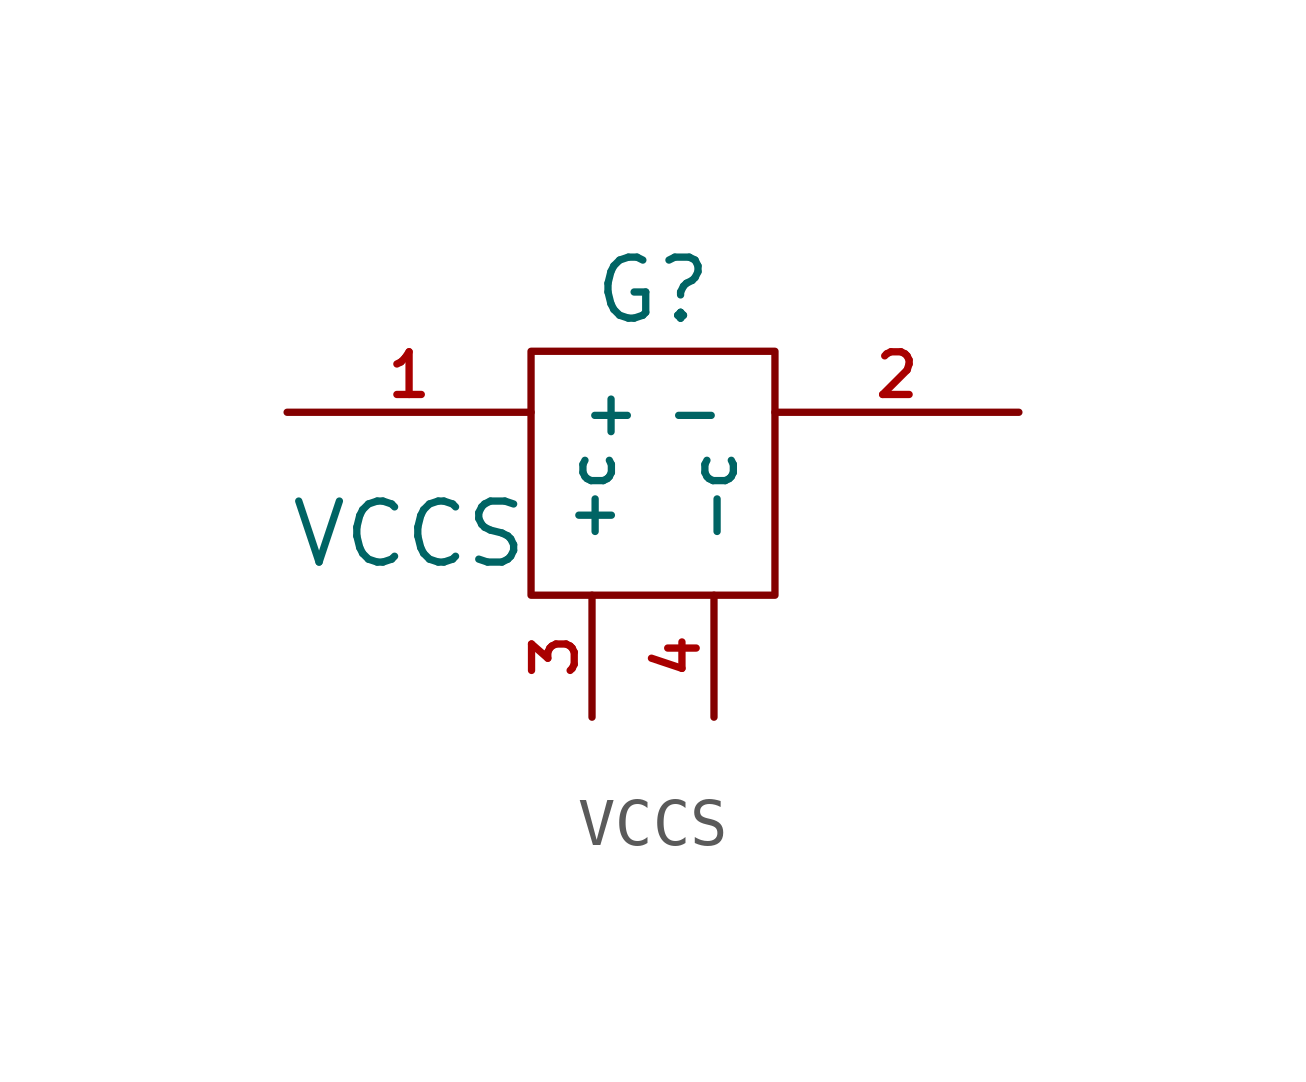
<source format=kicad_sym>
(kicad_symbol_lib
  (version 20211014)
  (generator kicad_symbol_editor)
  (symbol "VCCS"
    (pin_names
      (offset 1.016))
    (property "Reference" "G"
      (at 0 3.81 0)
      (effects (font (size 1.27 1.27))))
    (property "Value" "VCCS"
      (at -5.08 -1.27 0)
      (effects (font (size 1.27 1.27))))
    (property "Footprint" ""
      (at 0 0 0)
      (effects (font (size 1.524 1.524))))
    (property "Datasheet" ""
      (at 0 0 0)
      (effects (font (size 1.524 1.524))))
    (symbol "VCCS_0_1"
      (rectangle (start -2.54 2.54) (end 2.54 -2.54) (stroke (width 0) (type default) (color 0 0 0 0)) (fill (type none))))
    (symbol "VCCS_1_1"
      (pin passive line (at -7.62 1.27 0) (length 5.08) (name "+" (effects (font (size 0.889 0.889)))) (number "1" (effects (font (size 0.889 0.889)))))
      (pin passive line (at 7.62 1.27 180) (length 5.08) (name "-" (effects (font (size 0.889 0.889)))) (number "2" (effects (font (size 0.889 0.889)))))
      (pin passive line (at -1.27 -5.08 90) (length 2.54) (name "+c" (effects (font (size 0.889 0.889)))) (number "3" (effects (font (size 0.889 0.889)))))
      (pin passive line (at 1.27 -5.08 90) (length 2.54) (name "-c" (effects (font (size 0.889 0.889)))) (number "4" (effects (font (size 0.889 0.889))))))))
</source>
